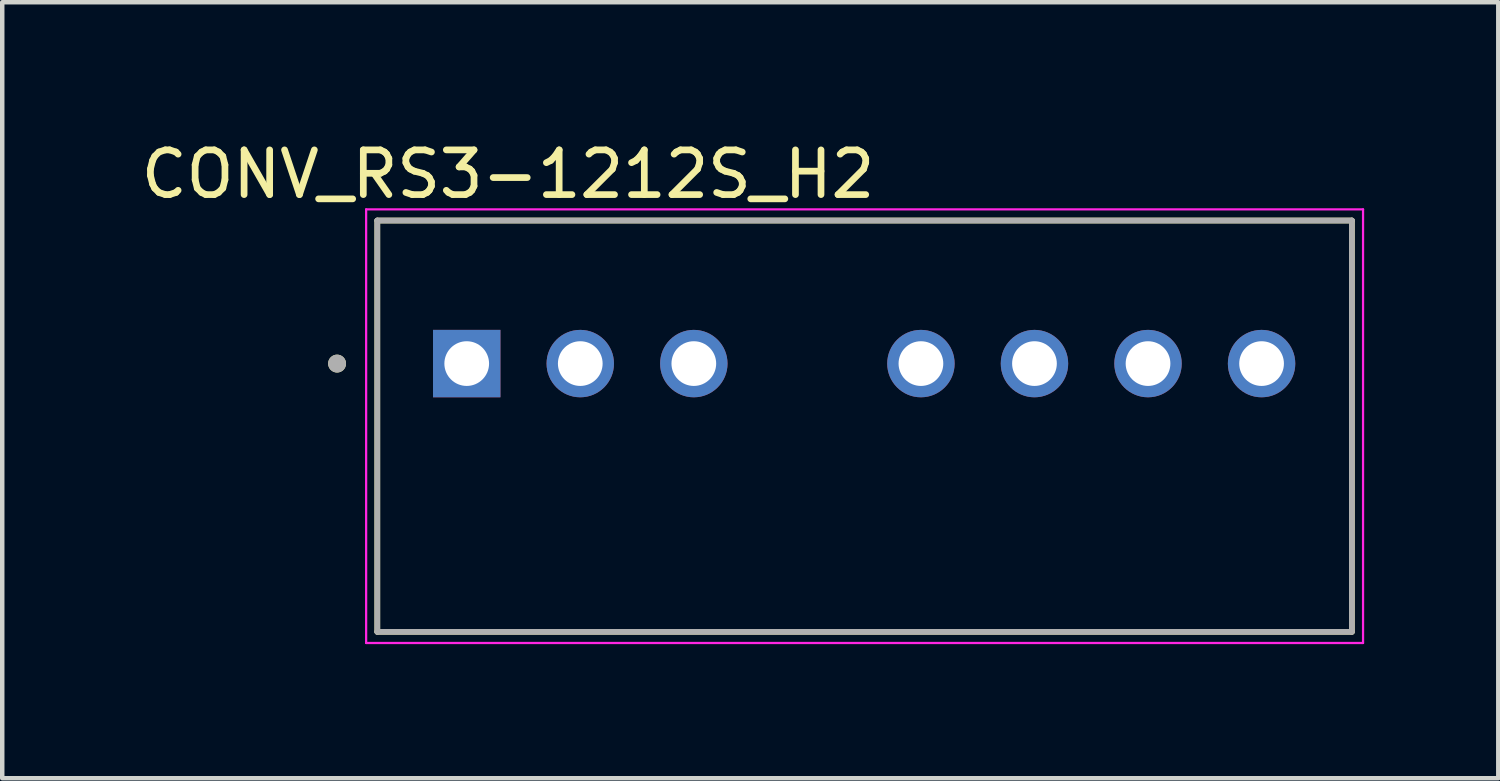
<source format=kicad_pcb>
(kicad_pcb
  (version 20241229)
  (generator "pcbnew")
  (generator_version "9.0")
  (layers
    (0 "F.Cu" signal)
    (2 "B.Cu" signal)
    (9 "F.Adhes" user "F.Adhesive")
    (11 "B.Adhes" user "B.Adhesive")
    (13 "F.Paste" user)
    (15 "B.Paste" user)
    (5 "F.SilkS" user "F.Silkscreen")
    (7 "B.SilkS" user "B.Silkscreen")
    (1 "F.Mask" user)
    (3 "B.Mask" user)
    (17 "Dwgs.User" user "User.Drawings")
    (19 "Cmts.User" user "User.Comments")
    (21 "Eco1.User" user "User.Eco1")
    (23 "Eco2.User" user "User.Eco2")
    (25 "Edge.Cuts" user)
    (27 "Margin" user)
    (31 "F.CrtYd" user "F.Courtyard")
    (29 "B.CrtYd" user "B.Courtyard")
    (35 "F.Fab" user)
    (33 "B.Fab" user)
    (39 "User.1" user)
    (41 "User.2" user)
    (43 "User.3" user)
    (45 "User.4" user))
  (footprint "CONV_RS3-1212S_H2"
    (layer "F.Cu")
    (at 16.29 6.483)
    (property "Reference" "CONV_RS3-1212S_H2" (at -7.975 -5.635 0) (layer "F.SilkS") (effects (font (size 1 1) (thickness 0.15))))
    (attr through_hole)
    (fp_line (start -10.9 -4.6) (end -10.9 4.6) (stroke (width 0.127) (type solid)) (layer "F.SilkS"))
    (fp_line (start -10.9 -4.6) (end 10.9 -4.6) (stroke (width 0.127) (type solid)) (layer "F.SilkS"))
    (fp_line (start -10.9 4.6) (end 10.9 4.6) (stroke (width 0.127) (type solid)) (layer "F.SilkS"))
    (fp_line (start 10.9 4.6) (end 10.9 -4.6) (stroke (width 0.127) (type solid)) (layer "F.SilkS"))
    (fp_circle (center -11.8 -1.4) (end -11.7 -1.4) (stroke (width 0.2) (type solid)) (fill no) (layer "F.SilkS"))
    (fp_line (start -11.15 -4.85) (end 11.15 -4.85) (stroke (width 0.05) (type solid)) (layer "F.CrtYd"))
    (fp_line (start -11.15 4.85) (end -11.15 -4.85) (stroke (width 0.05) (type solid)) (layer "F.CrtYd"))
    (fp_line (start 11.15 -4.85) (end 11.15 4.85) (stroke (width 0.05) (type solid)) (layer "F.CrtYd"))
    (fp_line (start 11.15 4.85) (end -11.15 4.85) (stroke (width 0.05) (type solid)) (layer "F.CrtYd"))
    (fp_line (start -10.9 -4.6) (end -10.9 4.6) (stroke (width 0.127) (type solid)) (layer "F.Fab"))
    (fp_line (start -10.9 4.6) (end 10.9 4.6) (stroke (width 0.127) (type solid)) (layer "F.Fab"))
    (fp_line (start 10.9 -4.6) (end -10.9 -4.6) (stroke (width 0.127) (type solid)) (layer "F.Fab"))
    (fp_line (start 10.9 4.6) (end 10.9 -4.6) (stroke (width 0.127) (type solid)) (layer "F.Fab"))
    (fp_circle (center -11.8 -1.4) (end -11.7 -1.4) (stroke (width 0.2) (type solid)) (fill no) (layer "F.Fab"))
    (pad "1" thru_hole rect (at -8.9 -1.4) (size 1.508 1.508) (drill 1) (layers "*.Cu" "*.Mask"))
    (pad "2" thru_hole circle (at -6.36 -1.4) (size 1.508 1.508) (drill 1) (layers "*.Cu" "*.Mask"))
    (pad "3" thru_hole circle (at -3.82 -1.4) (size 1.508 1.508) (drill 1) (layers "*.Cu" "*.Mask"))
    (pad "5" thru_hole circle (at 1.26 -1.4) (size 1.508 1.508) (drill 1) (layers "*.Cu" "*.Mask"))
    (pad "6" thru_hole circle (at 3.8 -1.4) (size 1.508 1.508) (drill 1) (layers "*.Cu" "*.Mask"))
    (pad "7" thru_hole circle (at 6.34 -1.4) (size 1.508 1.508) (drill 1) (layers "*.Cu" "*.Mask"))
    (pad "8" thru_hole circle (at 8.88 -1.4) (size 1.508 1.508) (drill 1) (layers "*.Cu" "*.Mask")))
  (gr_rect
    (start -3 -3)
    (end 30.465 14.358)
    (stroke (width 0.1) (type default))
    (fill no)
    (layer "Edge.Cuts")))
</source>
